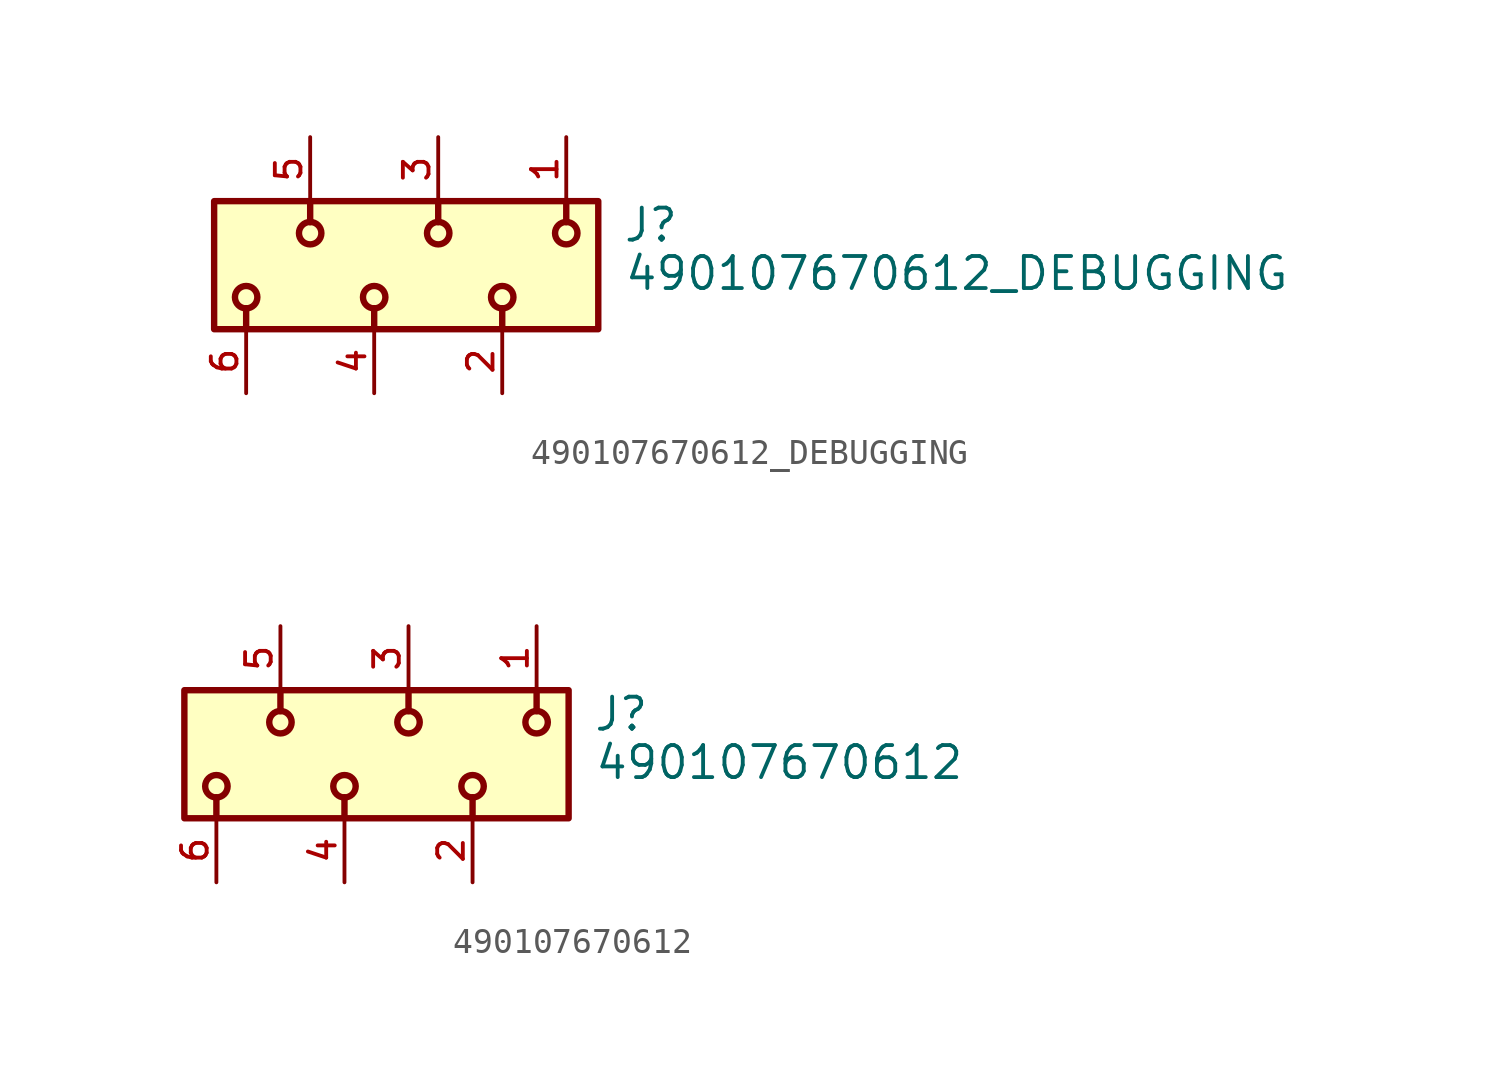
<source format=kicad_sym>
(kicad_symbol_lib
  (version 20211014)
  (generator kicad_symbol_editor)
  (symbol "490107670612_DEBUGGING"
    (pin_names
      (offset 1.016))
    (property "Reference" "J"
      (at 7.31 0.85 0)
      (effects (font (size 1.27 1.27)) (justify bottom left)))
    (property "Value" "490107670612_DEBUGGING"
      (at 7.35 -1.07 0)
      (effects (font (size 1.27 1.27)) (justify bottom left)))
    (symbol "490107670612_DEBUGGING_0_0"
      (polyline (pts (xy -2.54 -1.705) (xy -2.54 -2.54)) (stroke (width 0.254)))
      (polyline (pts (xy 2.54 -1.705) (xy 2.54 -2.54)) (stroke (width 0.254)))
      (polyline (pts (xy 5.08 1.705) (xy 5.08 2.54)) (stroke (width 0.254)))
      (polyline (pts (xy 0.0 1.705) (xy 0.0 2.54)) (stroke (width 0.254)))
      (circle (center -2.54 -1.27) (radius 0.445) (stroke (width 0.254)) (fill (type none)))
      (circle (center 2.54 -1.27) (radius 0.445) (stroke (width 0.254)) (fill (type none)))
      (circle (center 5.08 1.27) (radius 0.445) (stroke (width 0.254)) (fill (type none)))
      (circle (center 0.0 1.27) (radius 0.445) (stroke (width 0.254)) (fill (type none)))
      (polyline (pts (xy -7.62 -1.705) (xy -7.62 -2.54)) (stroke (width 0.254)))
      (polyline (pts (xy -5.08 1.705) (xy -5.08 2.54)) (stroke (width 0.254)))
      (circle (center -7.62 -1.27) (radius 0.445) (stroke (width 0.254)) (fill (type none)))
      (circle (center -5.08 1.27) (radius 0.445) (stroke (width 0.254)) (fill (type none)))
      (rectangle (start -8.89 -2.54) (end 6.35 2.54) (stroke (width 0.254)) (fill (type background)))
      (pin passive line (at 5.08 5.08 270.0) (length 2.54) (name "~" (effects (font (size 1.016 1.016)))) (number "1" (effects (font (size 1.016 1.016)))))
      (pin passive line (at 2.54 -5.08 90.0) (length 2.54) (name "~" (effects (font (size 1.016 1.016)))) (number "2" (effects (font (size 1.016 1.016)))))
      (pin passive line (at 0.0 5.08 270.0) (length 2.54) (name "~" (effects (font (size 1.016 1.016)))) (number "3" (effects (font (size 1.016 1.016)))))
      (pin passive line (at -2.54 -5.08 90.0) (length 2.54) (name "~" (effects (font (size 1.016 1.016)))) (number "4" (effects (font (size 1.016 1.016)))))
      (pin passive line (at -5.08 5.08 270.0) (length 2.54) (name "~" (effects (font (size 1.016 1.016)))) (number "5" (effects (font (size 1.016 1.016)))))
      (pin passive line (at -7.62 -5.08 90.0) (length 2.54) (name "~" (effects (font (size 1.016 1.016)))) (number "6" (effects (font (size 1.016 1.016)))))))
  (symbol "490107670612"
    (pin_names
      (offset 1.016))
    (property "Reference" "J"
      (at 7.31 0.85 0)
      (effects (font (size 1.27 1.27)) (justify bottom left)))
    (property "Value" "490107670612"
      (at 7.35 -1.07 0)
      (effects (font (size 1.27 1.27)) (justify bottom left)))
    (symbol "490107670612_0_0"
      (polyline (pts (xy -2.54 -1.705) (xy -2.54 -2.54)) (stroke (width 0.254)))
      (polyline (pts (xy 2.54 -1.705) (xy 2.54 -2.54)) (stroke (width 0.254)))
      (polyline (pts (xy 5.08 1.705) (xy 5.08 2.54)) (stroke (width 0.254)))
      (polyline (pts (xy 0.0 1.705) (xy 0.0 2.54)) (stroke (width 0.254)))
      (circle (center -2.54 -1.27) (radius 0.445) (stroke (width 0.254)) (fill (type none)))
      (circle (center 2.54 -1.27) (radius 0.445) (stroke (width 0.254)) (fill (type none)))
      (circle (center 5.08 1.27) (radius 0.445) (stroke (width 0.254)) (fill (type none)))
      (circle (center 0.0 1.27) (radius 0.445) (stroke (width 0.254)) (fill (type none)))
      (polyline (pts (xy -7.62 -1.705) (xy -7.62 -2.54)) (stroke (width 0.254)))
      (polyline (pts (xy -5.08 1.705) (xy -5.08 2.54)) (stroke (width 0.254)))
      (circle (center -7.62 -1.27) (radius 0.445) (stroke (width 0.254)) (fill (type none)))
      (circle (center -5.08 1.27) (radius 0.445) (stroke (width 0.254)) (fill (type none)))
      (rectangle (start -8.89 -2.54) (end 6.35 2.54) (stroke (width 0.254)) (fill (type background)))
      (pin passive line (at 5.08 5.08 270.0) (length 2.54) (name "~" (effects (font (size 1.016 1.016)))) (number "1" (effects (font (size 1.016 1.016)))))
      (pin passive line (at 2.54 -5.08 90.0) (length 2.54) (name "~" (effects (font (size 1.016 1.016)))) (number "2" (effects (font (size 1.016 1.016)))))
      (pin passive line (at 0.0 5.08 270.0) (length 2.54) (name "~" (effects (font (size 1.016 1.016)))) (number "3" (effects (font (size 1.016 1.016)))))
      (pin passive line (at -2.54 -5.08 90.0) (length 2.54) (name "~" (effects (font (size 1.016 1.016)))) (number "4" (effects (font (size 1.016 1.016)))))
      (pin passive line (at -5.08 5.08 270.0) (length 2.54) (name "~" (effects (font (size 1.016 1.016)))) (number "5" (effects (font (size 1.016 1.016)))))
      (pin passive line (at -7.62 -5.08 90.0) (length 2.54) (name "~" (effects (font (size 1.016 1.016)))) (number "6" (effects (font (size 1.016 1.016))))))))
</source>
